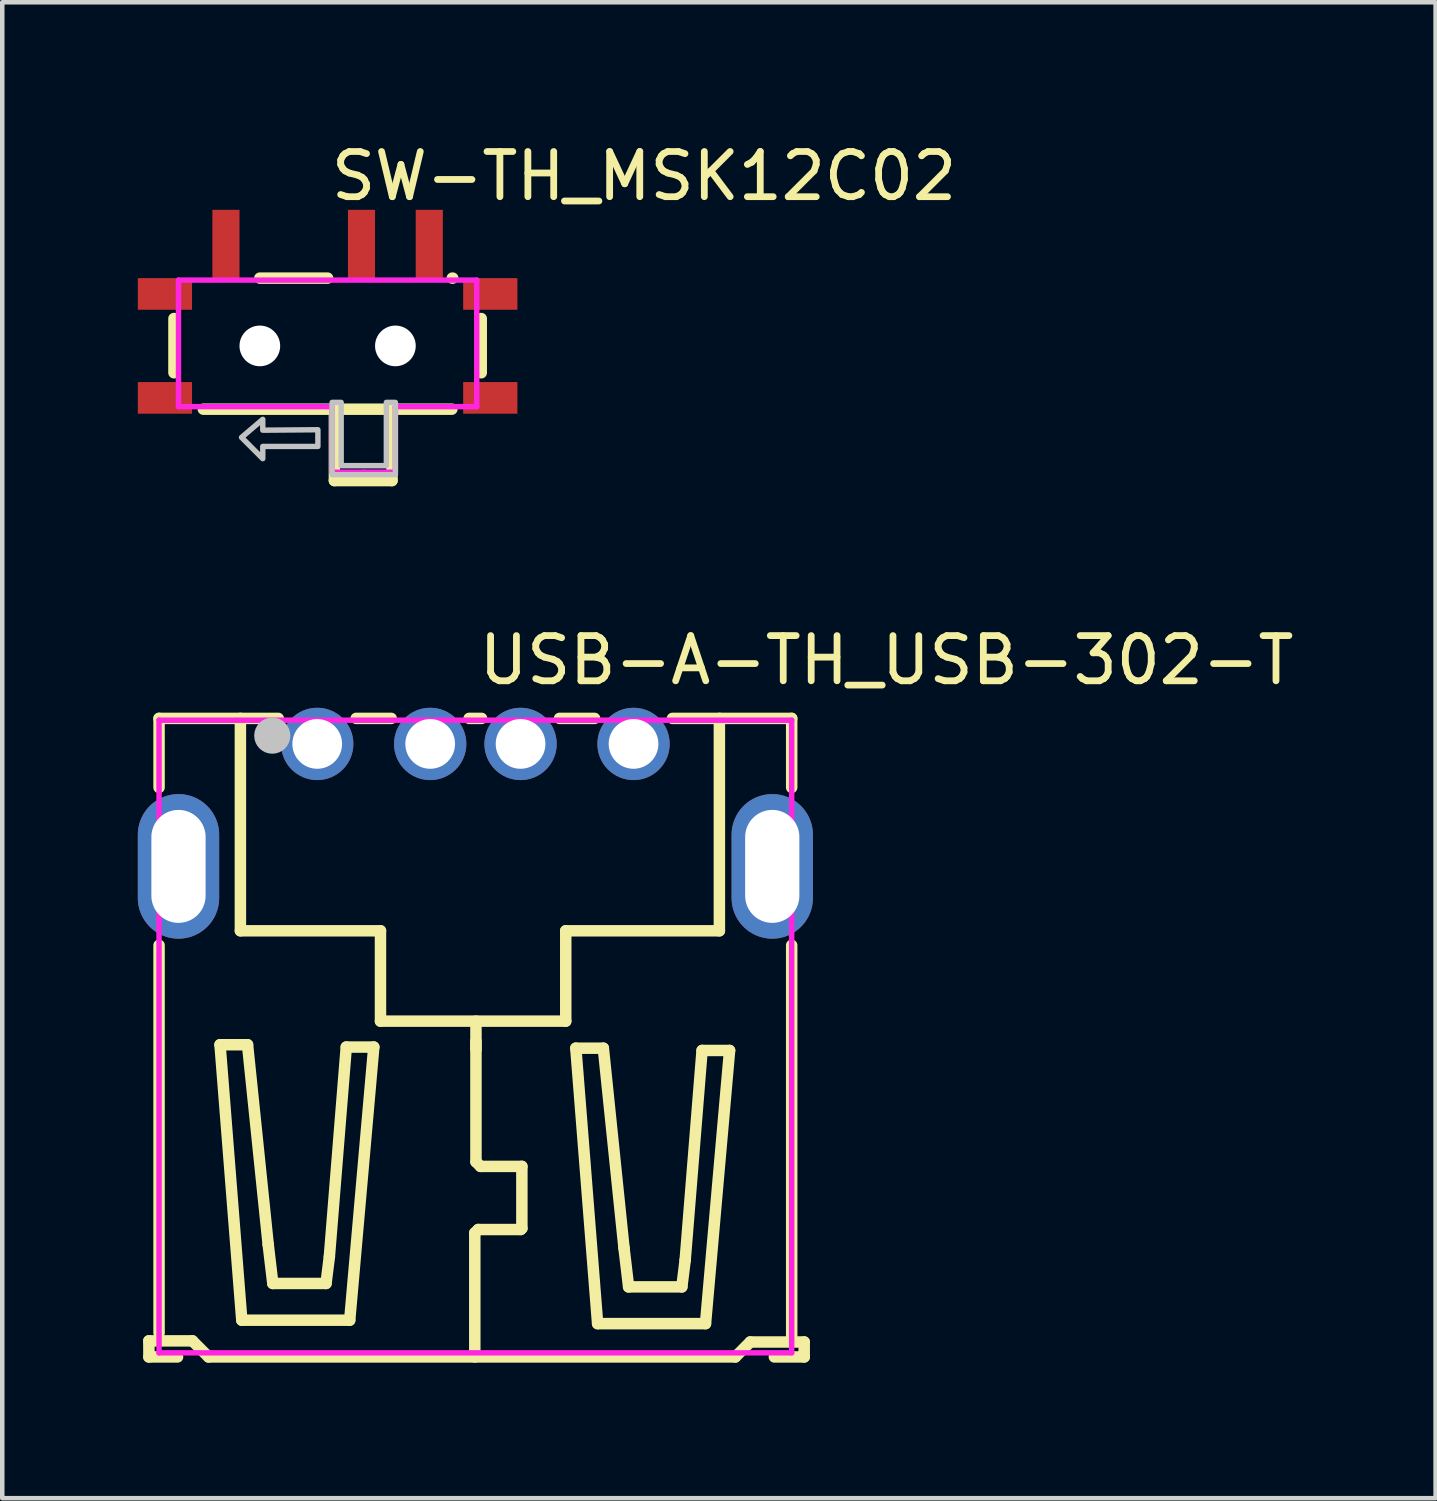
<source format=kicad_pcb>
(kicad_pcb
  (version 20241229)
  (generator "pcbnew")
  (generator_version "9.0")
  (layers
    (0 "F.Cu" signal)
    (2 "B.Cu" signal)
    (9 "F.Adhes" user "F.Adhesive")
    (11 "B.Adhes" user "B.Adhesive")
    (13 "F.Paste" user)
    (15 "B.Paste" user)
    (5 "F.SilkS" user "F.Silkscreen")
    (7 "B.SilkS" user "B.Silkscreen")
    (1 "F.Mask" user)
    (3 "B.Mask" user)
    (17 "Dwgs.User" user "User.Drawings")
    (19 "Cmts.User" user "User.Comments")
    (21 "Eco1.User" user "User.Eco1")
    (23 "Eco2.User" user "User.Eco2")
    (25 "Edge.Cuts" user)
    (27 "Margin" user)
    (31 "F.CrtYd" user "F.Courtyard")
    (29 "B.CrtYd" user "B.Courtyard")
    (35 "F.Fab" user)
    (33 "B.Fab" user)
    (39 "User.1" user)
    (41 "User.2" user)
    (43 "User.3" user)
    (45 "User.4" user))
  (footprint "SW-TH_MSK12C02"
    (layer "F.Cu")
    (at 4.2 4.055)
    (property "Reference" "SW-TH_MSK12C02" (at 0 -3.207 0) (layer "F.SilkS") (effects (font (size 1 1) (thickness 0.15)) (justify left)))
    (attr through_hole)
    (fp_line (start -3.4 -0.056) (end -3.4 1.144) (stroke (width 0.254) (type solid)) (layer "F.SilkS"))
    (fp_line (start -2.75 1.95) (end 2.75 1.95) (stroke (width 0.254) (type solid)) (layer "F.SilkS"))
    (fp_line (start -1.5 -0.95) (end 0 -0.95) (stroke (width 0.254) (type solid)) (layer "F.SilkS"))
    (fp_line (start 0.15 1.93) (end 0.15 3.53) (stroke (width 0.254) (type solid)) (layer "F.SilkS"))
    (fp_line (start 0.15 3.53) (end 1.425 3.53) (stroke (width 0.254) (type solid)) (layer "F.SilkS"))
    (fp_line (start 1.425 3.53) (end 1.425 1.93) (stroke (width 0.254) (type solid)) (layer "F.SilkS"))
    (fp_line (start 2.769 -0.95) (end 2.759 -0.95) (stroke (width 0.254) (type solid)) (layer "F.SilkS"))
    (fp_line (start 3.4 -0.056) (end 3.4 1.144) (stroke (width 0.254) (type solid)) (layer "F.SilkS"))
    (fp_circle (center -1.5 0.55) (end -1.31 0.55) (stroke (width 0.38) (type solid)) (fill no) (layer "Dwgs.User"))
    (fp_circle (center 1.5 0.55) (end 1.69 0.55) (stroke (width 0.38) (type solid)) (fill no) (layer "Dwgs.User"))
    (fp_poly (pts (xy -0.215 2.405) (xy -0.215 2.775) (xy -1.435 2.775) (xy -1.435 3.045) (xy -1.905 2.575) (xy -1.435 2.175) (xy -1.435 2.415)) (stroke (width 0.12) (type solid)) (fill no) (layer "Dwgs.User"))
    (fp_poly (pts (xy 0.1 1.95) (xy 0.1 3.4) (xy 1.5 3.4) (xy 1.5 1.8) (xy 1.3 1.8) (xy 1.3 3.2) (xy 0.3 3.2) (xy 0.3 1.8) (xy 0.1 1.8)) (stroke (width 0.12) (type solid)) (fill no) (layer "Dwgs.User"))
    (fp_circle (center -4 -1.856) (end -3.97 -1.856) (stroke (width 0.06) (type solid)) (fill no) (layer "Eco2.User"))
    (fp_poly (pts (xy -3.25 -0.375) (xy -4 -0.375) (xy -4 -0.825) (xy -3.25 -0.825)) (stroke (width 0.12) (type solid)) (fill no) (layer "Eco2.User"))
    (fp_poly (pts (xy -3.25 1.831) (xy -4 1.831) (xy -4 1.381) (xy -3.25 1.381)) (stroke (width 0.12) (type solid)) (fill no) (layer "Eco2.User"))
    (fp_poly (pts (xy -2.475 -0.856) (xy -2.475 -1.856) (xy -2.025 -1.856) (xy -2.025 -0.856)) (stroke (width 0.12) (type solid)) (fill no) (layer "Eco2.User"))
    (fp_poly (pts (xy 0.525 -0.856) (xy 0.525 -1.856) (xy 0.975 -1.856) (xy 0.975 -0.856)) (stroke (width 0.12) (type solid)) (fill no) (layer "Eco2.User"))
    (fp_poly (pts (xy 2.025 -0.856) (xy 2.025 -1.856) (xy 2.475 -1.856) (xy 2.475 -0.856)) (stroke (width 0.12) (type solid)) (fill no) (layer "Eco2.User"))
    (fp_poly (pts (xy 4 -0.375) (xy 3.25 -0.375) (xy 3.25 -0.825) (xy 4 -0.825)) (stroke (width 0.12) (type solid)) (fill no) (layer "Eco2.User"))
    (fp_poly (pts (xy 4 1.831) (xy 3.25 1.831) (xy 3.25 1.381) (xy 4 1.381)) (stroke (width 0.12) (type solid)) (fill no) (layer "Eco2.User"))
    (fp_line (start -3.3 -0.906) (end 3.3 -0.906) (stroke (width 0.12) (type solid)) (layer "F.CrtYd"))
    (fp_line (start -3.3 1.894) (end -3.3 -0.906) (stroke (width 0.12) (type solid)) (layer "F.CrtYd"))
    (fp_line (start 0.1 1.894) (end -3.3 1.894) (stroke (width 0.12) (type solid)) (layer "F.CrtYd"))
    (fp_line (start 0.1 3.344) (end 0.1 1.894) (stroke (width 0.12) (type solid)) (layer "F.CrtYd"))
    (fp_line (start 0.8 3.344) (end 0.1 3.344) (stroke (width 0.12) (type solid)) (layer "F.CrtYd"))
    (fp_line (start 1.5 1.894) (end 1.5 3.344) (stroke (width 0.12) (type solid)) (layer "F.CrtYd"))
    (fp_line (start 1.5 3.344) (end 0.8 3.344) (stroke (width 0.12) (type solid)) (layer "F.CrtYd"))
    (fp_line (start 3.3 -0.906) (end 3.3 1.894) (stroke (width 0.12) (type solid)) (layer "F.CrtYd"))
    (fp_line (start 3.3 1.894) (end 1.5 1.894) (stroke (width 0.12) (type solid)) (layer "F.CrtYd"))
    (pad "" np_thru_hole circle (at -1.5 0.55) (size 0.9 0.9) (drill 0.9) (layers "*.Cu" "*.Mask"))
    (pad "" np_thru_hole circle (at 1.5 0.55) (size 0.9 0.9) (drill 0.9) (layers "*.Cu" "*.Mask"))
    (pad "1" smd rect (at -2.25 -1.7 90) (size 1.524 0.6) (layers "F.Cu" "F.Mask" "F.Paste"))
    (pad "2" smd rect (at 0.75 -1.7 90) (size 1.524 0.6) (layers "F.Cu" "F.Mask" "F.Paste"))
    (pad "3" smd rect (at 2.25 -1.7 90) (size 1.524 0.6) (layers "F.Cu" "F.Mask" "F.Paste"))
    (pad "4" smd rect (at -3.6 -0.6 180) (size 1.2 0.7) (layers "F.Cu" "F.Mask" "F.Paste"))
    (pad "4" smd rect (at -3.6 1.7 180) (size 1.2 0.7) (layers "F.Cu" "F.Mask" "F.Paste"))
    (pad "4" smd rect (at 3.6 -0.6 180) (size 1.2 0.7) (layers "F.Cu" "F.Mask" "F.Paste"))
    (pad "4" smd rect (at 3.6 1.7 180) (size 1.2 0.7) (layers "F.Cu" "F.Mask" "F.Paste")))
  (footprint "USB-A-TH_USB-302-T"
    (layer "F.Cu")
    (at 7.47 14.768)
    (property "Reference" "USB-A-TH_USB-302-T" (at 0 -3.207 0) (layer "F.SilkS") (effects (font (size 1 1) (thickness 0.15)) (justify left)))
    (attr through_hole)
    (fp_line (start -7.226 11.855) (end -6.261 11.855) (stroke (width 0.254) (type solid)) (layer "F.SilkS"))
    (fp_line (start -7.226 12.211) (end -6.591 12.211) (stroke (width 0.254) (type solid)) (layer "F.SilkS"))
    (fp_line (start -7.224 12.211) (end -7.226 11.855) (stroke (width 0.254) (type solid)) (layer "F.SilkS"))
    (fp_line (start -7 -1.92) (end -4.362 -1.92) (stroke (width 0.254) (type solid)) (layer "F.SilkS"))
    (fp_line (start -7 -0.391) (end -7 -1.92) (stroke (width 0.254) (type solid)) (layer "F.SilkS"))
    (fp_line (start -7 11.68) (end -7 3.101) (stroke (width 0.254) (type solid)) (layer "F.SilkS"))
    (fp_line (start -6.261 11.855) (end -5.905 12.211) (stroke (width 0.254) (type solid)) (layer "F.SilkS"))
    (fp_line (start -5.905 12.211) (end 5.753 12.211) (stroke (width 0.254) (type solid)) (layer "F.SilkS"))
    (fp_line (start -5.651 5.302) (end -5.169 11.398) (stroke (width 0.254) (type solid)) (layer "F.SilkS"))
    (fp_line (start -5.2 -1.92) (end -5.2 2.78) (stroke (width 0.254) (type solid)) (layer "F.SilkS"))
    (fp_line (start -5.2 2.78) (end -2.1 2.78) (stroke (width 0.254) (type solid)) (layer "F.SilkS"))
    (fp_line (start -5.169 11.398) (end -2.781 11.398) (stroke (width 0.254) (type solid)) (layer "F.SilkS"))
    (fp_line (start -5.042 5.302) (end -5.651 5.302) (stroke (width 0.254) (type solid)) (layer "F.SilkS"))
    (fp_line (start -4.585 9.721) (end -5.042 5.302) (stroke (width 0.254) (type solid)) (layer "F.SilkS"))
    (fp_line (start -4.483 10.585) (end -4.585 9.721) (stroke (width 0.254) (type solid)) (layer "F.SilkS"))
    (fp_line (start -3.305 10.585) (end -4.483 10.585) (stroke (width 0.254) (type solid)) (layer "F.SilkS"))
    (fp_line (start -3.231 9.991) (end -3.305 10.585) (stroke (width 0.254) (type solid)) (layer "F.SilkS"))
    (fp_line (start -2.857 5.353) (end -3.231 9.991) (stroke (width 0.254) (type solid)) (layer "F.SilkS"))
    (fp_line (start -2.781 11.398) (end -2.248 5.353) (stroke (width 0.254) (type solid)) (layer "F.SilkS"))
    (fp_line (start -2.638 -1.92) (end -1.862 -1.92) (stroke (width 0.254) (type solid)) (layer "F.SilkS"))
    (fp_line (start -2.248 5.353) (end -2.857 5.353) (stroke (width 0.254) (type solid)) (layer "F.SilkS"))
    (fp_line (start -2.1 2.78) (end -2.1 4.78) (stroke (width 0.254) (type solid)) (layer "F.SilkS"))
    (fp_line (start -2.1 4.78) (end 2 4.78) (stroke (width 0.254) (type solid)) (layer "F.SilkS"))
    (fp_line (start -0.138 -1.92) (end 0.138 -1.92) (stroke (width 0.254) (type solid)) (layer "F.SilkS"))
    (fp_line (start -0.013 9.467) (end -0.013 12.211) (stroke (width 0.254) (type solid)) (layer "F.SilkS"))
    (fp_line (start 0.013 5.226) (end 0.013 7.893) (stroke (width 0.254) (type solid)) (layer "F.SilkS"))
    (fp_line (start 0.013 5.407) (end 0.013 4.78) (stroke (width 0.254) (type solid)) (layer "F.SilkS"))
    (fp_line (start 0.013 7.893) (end 0.114 7.994) (stroke (width 0.254) (type solid)) (layer "F.SilkS"))
    (fp_line (start 0.064 9.391) (end -0.013 9.467) (stroke (width 0.254) (type solid)) (layer "F.SilkS"))
    (fp_line (start 0.114 7.994) (end 1.029 7.994) (stroke (width 0.254) (type solid)) (layer "F.SilkS"))
    (fp_line (start 1.003 9.391) (end 0.064 9.391) (stroke (width 0.254) (type solid)) (layer "F.SilkS"))
    (fp_line (start 1.029 7.994) (end 1.029 9.366) (stroke (width 0.254) (type solid)) (layer "F.SilkS"))
    (fp_line (start 1.029 9.366) (end 1.003 9.391) (stroke (width 0.254) (type solid)) (layer "F.SilkS"))
    (fp_line (start 1.862 -1.92) (end 2.638 -1.92) (stroke (width 0.254) (type solid)) (layer "F.SilkS"))
    (fp_line (start 2 2.78) (end 5.4 2.78) (stroke (width 0.254) (type solid)) (layer "F.SilkS"))
    (fp_line (start 2 4.78) (end 2 2.78) (stroke (width 0.254) (type solid)) (layer "F.SilkS"))
    (fp_line (start 2.223 5.378) (end 2.705 11.474) (stroke (width 0.254) (type solid)) (layer "F.SilkS"))
    (fp_line (start 2.705 11.474) (end 5.093 11.474) (stroke (width 0.254) (type solid)) (layer "F.SilkS"))
    (fp_line (start 2.832 5.378) (end 2.223 5.378) (stroke (width 0.254) (type solid)) (layer "F.SilkS"))
    (fp_line (start 3.289 9.798) (end 2.832 5.378) (stroke (width 0.254) (type solid)) (layer "F.SilkS"))
    (fp_line (start 3.391 10.661) (end 3.289 9.798) (stroke (width 0.254) (type solid)) (layer "F.SilkS"))
    (fp_line (start 4.362 -1.92) (end 7 -1.92) (stroke (width 0.254) (type solid)) (layer "F.SilkS"))
    (fp_line (start 4.569 10.661) (end 3.391 10.661) (stroke (width 0.254) (type solid)) (layer "F.SilkS"))
    (fp_line (start 4.643 10.067) (end 4.569 10.661) (stroke (width 0.254) (type solid)) (layer "F.SilkS"))
    (fp_line (start 5.017 5.429) (end 4.643 10.067) (stroke (width 0.254) (type solid)) (layer "F.SilkS"))
    (fp_line (start 5.093 11.474) (end 5.626 5.429) (stroke (width 0.254) (type solid)) (layer "F.SilkS"))
    (fp_line (start 5.4 2.78) (end 5.4 -1.92) (stroke (width 0.254) (type solid)) (layer "F.SilkS"))
    (fp_line (start 5.626 5.429) (end 5.017 5.429) (stroke (width 0.254) (type solid)) (layer "F.SilkS"))
    (fp_line (start 5.753 12.211) (end 6.083 11.88) (stroke (width 0.254) (type solid)) (layer "F.SilkS"))
    (fp_line (start 6.083 11.88) (end 7.277 11.88) (stroke (width 0.254) (type solid)) (layer "F.SilkS"))
    (fp_line (start 7 -1.92) (end 7 -0.391) (stroke (width 0.254) (type solid)) (layer "F.SilkS"))
    (fp_line (start 7 3.101) (end 7 11.88) (stroke (width 0.254) (type solid)) (layer "F.SilkS"))
    (fp_line (start 7.277 11.88) (end 7.277 12.211) (stroke (width 0.254) (type solid)) (layer "F.SilkS"))
    (fp_line (start 7.277 12.211) (end 6.617 12.211) (stroke (width 0.254) (type solid)) (layer "F.SilkS"))
    (fp_circle (center -4.495 -1.538) (end -4.295 -1.538) (stroke (width 0.4) (type solid)) (fill no) (layer "Dwgs.User"))
    (fp_circle (center -7.037 -1.88) (end -7.007 -1.88) (stroke (width 0.06) (type solid)) (fill no) (layer "Eco2.User"))
    (fp_poly (pts (xy -6.37 0.705) (xy -6.37 2.005) (xy -6.77 2.005) (xy -6.77 0.705)) (stroke (width 0.12) (type solid)) (fill no) (layer "Eco2.User"))
    (fp_poly (pts (xy -3.85 -1.255) (xy -3.85 -1.455) (xy -3.15 -1.455) (xy -3.15 -1.255)) (stroke (width 0.12) (type solid)) (fill no) (layer "Eco2.User"))
    (fp_poly (pts (xy -1.35 -1.255) (xy -1.35 -1.455) (xy -0.65 -1.455) (xy -0.65 -1.255)) (stroke (width 0.12) (type solid)) (fill no) (layer "Eco2.User"))
    (fp_poly (pts (xy 0.65 -1.255) (xy 0.65 -1.455) (xy 1.35 -1.455) (xy 1.35 -1.255)) (stroke (width 0.12) (type solid)) (fill no) (layer "Eco2.User"))
    (fp_poly (pts (xy 3.15 -1.255) (xy 3.15 -1.455) (xy 3.85 -1.455) (xy 3.85 -1.255)) (stroke (width 0.12) (type solid)) (fill no) (layer "Eco2.User"))
    (fp_poly (pts (xy 6.37 2.005) (xy 6.37 0.705) (xy 6.77 0.705) (xy 6.77 2.005)) (stroke (width 0.12) (type solid)) (fill no) (layer "Eco2.User"))
    (fp_line (start -7 -1.88) (end 7 -1.88) (stroke (width 0.12) (type solid)) (layer "F.CrtYd"))
    (fp_line (start -7 12.12) (end -7 -1.88) (stroke (width 0.12) (type solid)) (layer "F.CrtYd"))
    (fp_line (start 7 -1.88) (end 7 12.12) (stroke (width 0.12) (type solid)) (layer "F.CrtYd"))
    (fp_line (start 7 12.12) (end -7 12.12) (stroke (width 0.12) (type solid)) (layer "F.CrtYd"))
    (pad "1" thru_hole circle (at -3.5 -1.355) (size 1.6 1.6) (drill 1.1) (layers "*.Cu" "*.Mask"))
    (pad "2" thru_hole circle (at -1 -1.355) (size 1.6 1.6) (drill 1.1) (layers "*.Cu" "*.Mask"))
    (pad "3" thru_hole circle (at 1 -1.355) (size 1.6 1.6) (drill 1.1) (layers "*.Cu" "*.Mask"))
    (pad "4" thru_hole circle (at 3.5 -1.355) (size 1.6 1.6) (drill 1.1) (layers "*.Cu" "*.Mask"))
    (pad "5" thru_hole oval (at -6.57 1.355 90) (size 3.2 1.8) (drill oval 2.5 1.2) (layers "*.Cu" "*.Mask"))
    (pad "6" thru_hole oval (at 6.57 1.355 270) (size 3.2 1.8) (drill oval 2.5 1.2) (layers "*.Cu" "*.Mask")))
  (gr_rect
    (start -3 -3)
    (end 28.72 30.105)
    (stroke (width 0.1) (type default))
    (fill no)
    (layer "Edge.Cuts")))
</source>
